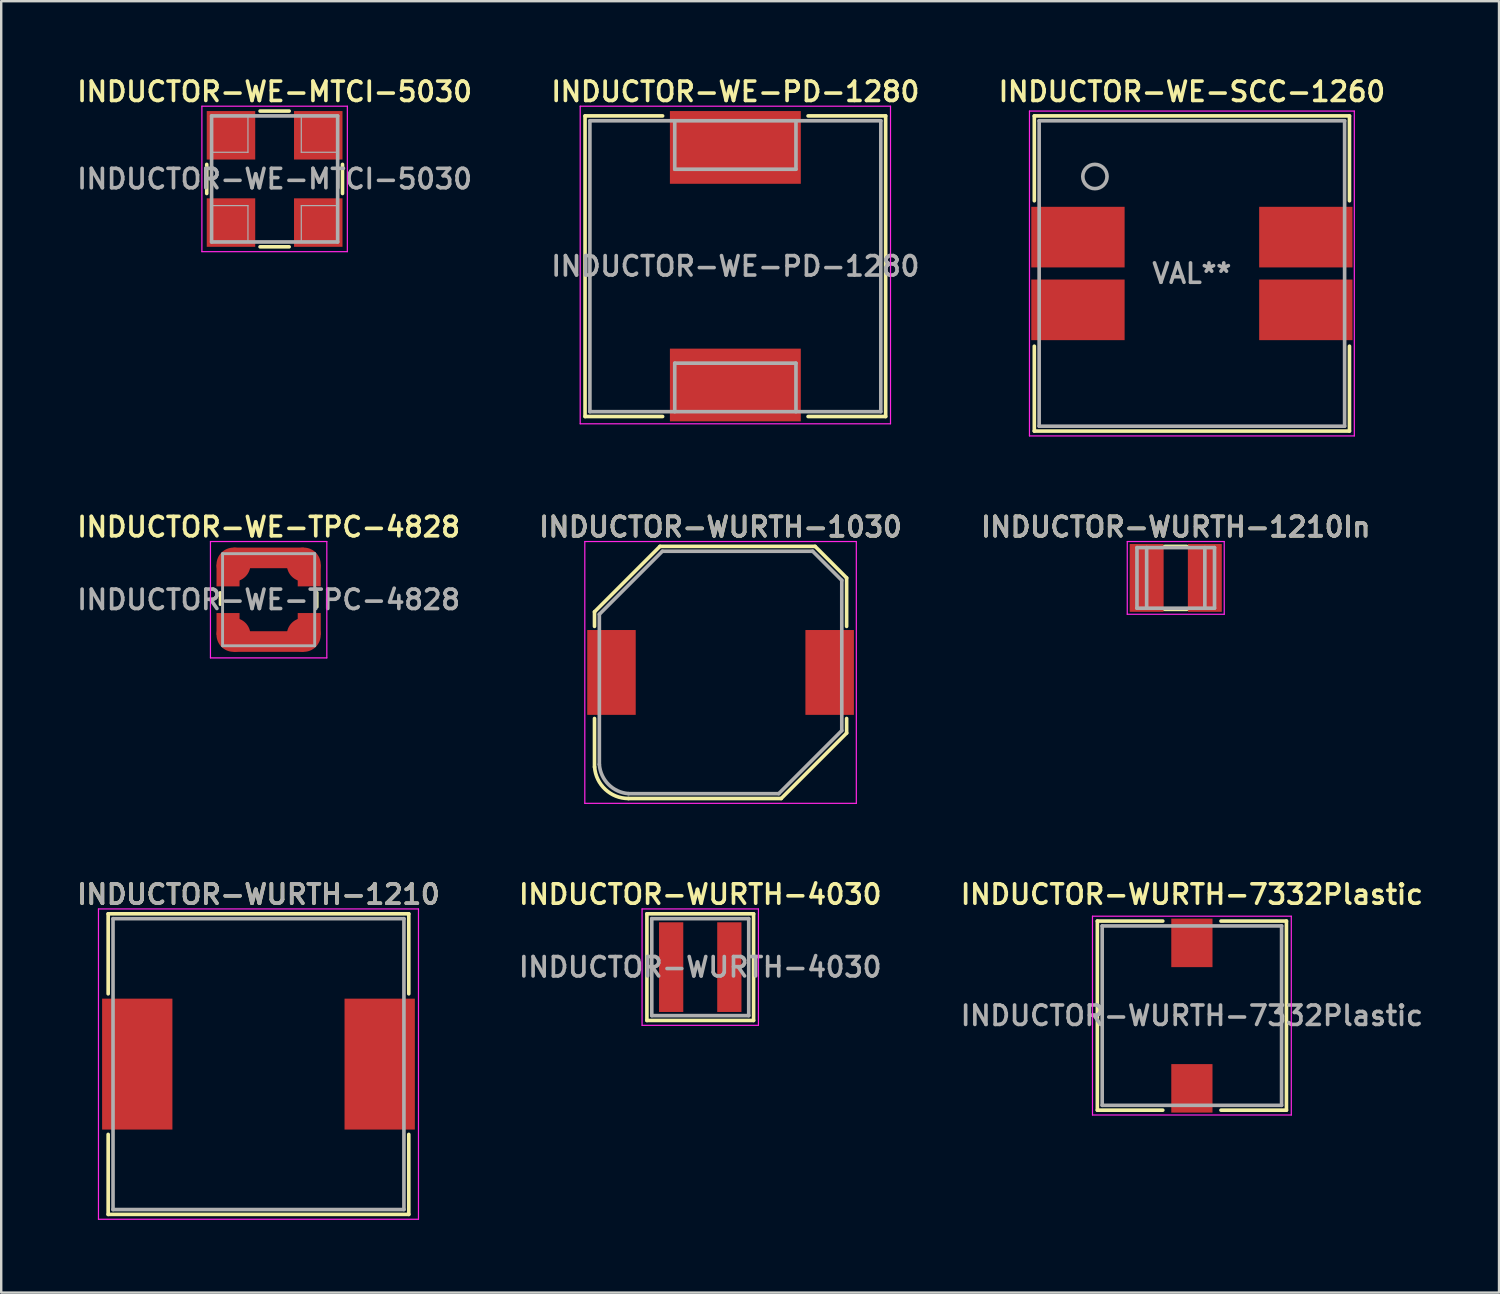
<source format=kicad_pcb>
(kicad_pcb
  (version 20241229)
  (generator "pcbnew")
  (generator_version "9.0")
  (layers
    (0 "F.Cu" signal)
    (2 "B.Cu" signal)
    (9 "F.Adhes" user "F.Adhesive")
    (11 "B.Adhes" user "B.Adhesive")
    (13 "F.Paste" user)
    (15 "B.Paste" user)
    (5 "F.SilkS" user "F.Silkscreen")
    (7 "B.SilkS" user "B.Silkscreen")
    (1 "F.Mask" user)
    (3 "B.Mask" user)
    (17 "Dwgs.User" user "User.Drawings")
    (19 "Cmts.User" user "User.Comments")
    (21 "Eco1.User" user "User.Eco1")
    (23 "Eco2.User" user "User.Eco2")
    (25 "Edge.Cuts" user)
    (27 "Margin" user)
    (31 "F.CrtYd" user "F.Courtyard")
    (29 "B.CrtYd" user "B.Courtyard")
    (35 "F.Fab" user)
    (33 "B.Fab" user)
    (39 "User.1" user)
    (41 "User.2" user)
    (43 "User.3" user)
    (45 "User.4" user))
  (footprint "INDUCTOR-WURTH-1210In"
    (layer "F.Cu")
    (at 45.449 20.788)
    (property "Reference" "INDUCTOR-WURTH-1210In" (at 0 -2.1 0) (layer "F.SilkS") (effects (font (size 0.8 0.8) (thickness 0.15))))
    (attr through_hole)
    (fp_line (start -0.45 -1.3) (end 0.45 -1.3) (stroke (width 0.15) (type solid)) (layer "F.SilkS"))
    (fp_line (start -0.45 1.3) (end 0.45 1.3) (stroke (width 0.15) (type solid)) (layer "F.SilkS"))
    (fp_line (start -2 -1.5) (end 2 -1.5) (stroke (width 0.05) (type solid)) (layer "F.CrtYd"))
    (fp_line (start -2 1.5) (end -2 -1.5) (stroke (width 0.05) (type solid)) (layer "F.CrtYd"))
    (fp_line (start 2 -1.5) (end 2 1.5) (stroke (width 0.05) (type solid)) (layer "F.CrtYd"))
    (fp_line (start 2 1.5) (end -2 1.5) (stroke (width 0.05) (type solid)) (layer "F.CrtYd"))
    (fp_line (start -1.6 -1.25) (end -1.6 1.25) (stroke (width 0.15) (type solid)) (layer "F.Fab"))
    (fp_line (start -1.6 1.25) (end 1.6 1.25) (stroke (width 0.15) (type solid)) (layer "F.Fab"))
    (fp_line (start -1.2 -1.25) (end -1.2 1.25) (stroke (width 0.15) (type solid)) (layer "F.Fab"))
    (fp_line (start 1.2 -1.25) (end 1.2 1.25) (stroke (width 0.15) (type solid)) (layer "F.Fab"))
    (fp_line (start 1.6 -1.25) (end -1.6 -1.25) (stroke (width 0.15) (type solid)) (layer "F.Fab"))
    (fp_line (start 1.6 1.25) (end 1.6 -1.25) (stroke (width 0.15) (type solid)) (layer "F.Fab"))
    (fp_text user "${REFERENCE}" (at 0 -2.1 0) (layer "F.Fab") (effects (font (size 0.8 0.8) (thickness 0.15))))
    (pad "1" smd rect (at -1.2 0) (size 1.4 2.8) (layers "F.Cu" "F.Mask" "F.Paste"))
    (pad "2" smd rect (at 1.2 0) (size 1.4 2.8) (layers "F.Cu" "F.Mask" "F.Paste")))
  (footprint "INDUCTOR-WE-TPC-4828"
    (layer "F.Cu")
    (at 8.031 21.688)
    (property "Reference" "INDUCTOR-WE-TPC-4828" (at 0 -3 0) (layer "F.SilkS") (effects (font (size 0.8 0.8) (thickness 0.15))))
    (attr smd)
    (fp_line (start -2 -0.3) (end -2 0.2) (stroke (width 0.12) (type solid)) (layer "F.SilkS"))
    (fp_line (start 2 -0.3) (end 2 0.3) (stroke (width 0.12) (type solid)) (layer "F.SilkS"))
    (fp_line (start -2.4 -2.4) (end -2.4 2.4) (stroke (width 0.05) (type solid)) (layer "F.CrtYd"))
    (fp_line (start -2.4 2.4) (end 2.4 2.4) (stroke (width 0.05) (type solid)) (layer "F.CrtYd"))
    (fp_line (start 2.4 -2.4) (end -2.4 -2.4) (stroke (width 0.05) (type solid)) (layer "F.CrtYd"))
    (fp_line (start 2.4 2.4) (end 2.4 -2.4) (stroke (width 0.05) (type solid)) (layer "F.CrtYd"))
    (fp_line (start -1.9 -1.9) (end 1.9 -1.9) (stroke (width 0.12) (type solid)) (layer "F.Fab"))
    (fp_line (start -1.9 1.9) (end -1.9 -1.9) (stroke (width 0.12) (type solid)) (layer "F.Fab"))
    (fp_line (start 1.9 -1.9) (end 1.9 1.9) (stroke (width 0.12) (type solid)) (layer "F.Fab"))
    (fp_line (start 1.9 1.9) (end -1.9 1.9) (stroke (width 0.12) (type solid)) (layer "F.Fab"))
    (fp_text user "${REFERENCE}" (at 0 0 0) (layer "F.Fab") (effects (font (size 0.8 0.8) (thickness 0.15))))
    (pad "1" smd rect (at -1.675 -1) (size 0.95 0.9) (layers "F.Cu" "F.Mask" "F.Paste"))
    (pad "1" smd circle (at -1.45 -1.45) (size 1.4 1.4) (layers "F.Cu" "F.Mask" "F.Paste"))
    (pad "1" smd rect (at 0 -1.725) (size 2.9 0.85) (layers "F.Cu" "F.Mask" "F.Paste"))
    (pad "1" smd circle (at 1.45 -1.45) (size 1.4 1.4) (layers "F.Cu" "F.Mask" "F.Paste"))
    (pad "1" smd rect (at 1.675 -1) (size 0.95 0.9) (layers "F.Cu" "F.Mask" "F.Paste"))
    (pad "2" smd rect (at -1.675 1) (size 0.95 0.9) (layers "F.Cu" "F.Mask" "F.Paste"))
    (pad "2" smd circle (at -1.45 1.45) (size 1.4 1.4) (layers "F.Cu" "F.Mask" "F.Paste"))
    (pad "2" smd rect (at 0 1.725) (size 2.9 0.85) (layers "F.Cu" "F.Mask" "F.Paste"))
    (pad "2" smd circle (at 1.45 1.45) (size 1.4 1.4) (layers "F.Cu" "F.Mask" "F.Paste"))
    (pad "2" smd rect (at 1.675 1) (size 0.95 0.9) (layers "F.Cu" "F.Mask" "F.Paste")))
  (footprint "INDUCTOR-WURTH-1030"
    (layer "F.Cu")
    (at 26.673 24.688)
    (property "Reference" "INDUCTOR-WURTH-1030" (at 0 -6 0) (layer "F.SilkS") (effects (font (size 0.8 0.8) (thickness 0.15))))
    (attr through_hole)
    (fp_line (start -5.2 -2.5) (end -2.5 -5.2) (stroke (width 0.15) (type solid)) (layer "F.SilkS"))
    (fp_line (start -5.2 -1.9) (end -5.2 -2.5) (stroke (width 0.15) (type solid)) (layer "F.SilkS"))
    (fp_line (start -5.2 3.9) (end -5.2 1.9) (stroke (width 0.15) (type solid)) (layer "F.SilkS"))
    (fp_line (start -2.5 -5.2) (end 3.9 -5.2) (stroke (width 0.15) (type solid)) (layer "F.SilkS"))
    (fp_line (start 2.5 5.2) (end -3.8 5.2) (stroke (width 0.15) (type solid)) (layer "F.SilkS"))
    (fp_line (start 2.5 5.2) (end 5.2 2.5) (stroke (width 0.15) (type solid)) (layer "F.SilkS"))
    (fp_line (start 3.9 -5.2) (end 5.2 -3.9) (stroke (width 0.15) (type solid)) (layer "F.SilkS"))
    (fp_line (start 5.2 -3.9) (end 5.2 -1.9) (stroke (width 0.15) (type solid)) (layer "F.SilkS"))
    (fp_line (start 5.2 1.9) (end 5.2 2.5) (stroke (width 0.15) (type solid)) (layer "F.SilkS"))
    (fp_arc (start -3.8 5.2) (mid -4.754033 4.824608) (end -5.196442 3.899745) (stroke (width 0.15) (type solid)) (layer "F.SilkS"))
    (fp_line (start -5.6 -5.4) (end 5.6 -5.4) (stroke (width 0.05) (type solid)) (layer "F.CrtYd"))
    (fp_line (start -5.6 5.4) (end -5.6 -5.4) (stroke (width 0.05) (type solid)) (layer "F.CrtYd"))
    (fp_line (start 5.6 -5.4) (end 5.6 5.4) (stroke (width 0.05) (type solid)) (layer "F.CrtYd"))
    (fp_line (start 5.6 5.4) (end -5.6 5.4) (stroke (width 0.05) (type solid)) (layer "F.CrtYd"))
    (fp_line (start -5 -2.4) (end -5 3.8) (stroke (width 0.15) (type solid)) (layer "F.Fab"))
    (fp_line (start -5 -2.4) (end -2.4 -5) (stroke (width 0.15) (type solid)) (layer "F.Fab"))
    (fp_line (start -3.8 5) (end 2.4 5) (stroke (width 0.15) (type solid)) (layer "F.Fab"))
    (fp_line (start 2.4 5) (end 5 2.4) (stroke (width 0.15) (type solid)) (layer "F.Fab"))
    (fp_line (start 3.8 -5) (end -2.4 -5) (stroke (width 0.15) (type solid)) (layer "F.Fab"))
    (fp_line (start 3.8 -5) (end 5 -3.8) (stroke (width 0.15) (type solid)) (layer "F.Fab"))
    (fp_line (start 5 2.4) (end 5 -3.8) (stroke (width 0.15) (type solid)) (layer "F.Fab"))
    (fp_arc (start -3.796442 4.999745) (mid -4.622286 4.620883) (end -4.99989 3.794463) (stroke (width 0.15) (type solid)) (layer "F.Fab"))
    (fp_text user "${REFERENCE}" (at 0 -6 0) (layer "F.Fab") (effects (font (size 0.8 0.8) (thickness 0.15))))
    (pad "1" smd rect (at -4.5 0) (size 2 3.5) (layers "F.Cu" "F.Mask" "F.Paste"))
    (pad "2" smd rect (at 4.5 0) (size 2 3.5) (layers "F.Cu" "F.Mask" "F.Paste")))
  (footprint "INDUCTOR-WE-PD-1280"
    (layer "F.Cu")
    (at 27.283 7.931)
    (property "Reference" "INDUCTOR-WE-PD-1280" (at 0 -7.2 0) (layer "F.SilkS") (effects (font (size 0.8 0.8) (thickness 0.15))))
    (attr through_hole)
    (fp_line (start -6.2 -6.2) (end -6.2 6.2) (stroke (width 0.15) (type solid)) (layer "F.SilkS"))
    (fp_line (start -6.2 6.2) (end -3 6.2) (stroke (width 0.15) (type solid)) (layer "F.SilkS"))
    (fp_line (start -3 -6.2) (end -6.2 -6.2) (stroke (width 0.15) (type solid)) (layer "F.SilkS"))
    (fp_line (start 3 6.2) (end 6.2 6.2) (stroke (width 0.15) (type solid)) (layer "F.SilkS"))
    (fp_line (start 6.2 -6.2) (end 3 -6.2) (stroke (width 0.15) (type solid)) (layer "F.SilkS"))
    (fp_line (start 6.2 6.2) (end 6.2 -6.2) (stroke (width 0.15) (type solid)) (layer "F.SilkS"))
    (fp_line (start -6.4 -6.6) (end 6.4 -6.6) (stroke (width 0.05) (type solid)) (layer "F.CrtYd"))
    (fp_line (start -6.4 6.5) (end -6.4 -6.6) (stroke (width 0.05) (type solid)) (layer "F.CrtYd"))
    (fp_line (start 6.4 -6.6) (end 6.4 6.5) (stroke (width 0.05) (type solid)) (layer "F.CrtYd"))
    (fp_line (start 6.4 6.5) (end -6.4 6.5) (stroke (width 0.05) (type solid)) (layer "F.CrtYd"))
    (fp_line (start -6 -6) (end 6 -6) (stroke (width 0.15) (type solid)) (layer "F.Fab"))
    (fp_line (start -6 6) (end -6 -6) (stroke (width 0.15) (type solid)) (layer "F.Fab"))
    (fp_line (start -2.5 -6) (end -2.5 -4) (stroke (width 0.15) (type solid)) (layer "F.Fab"))
    (fp_line (start -2.5 -4) (end 2.5 -4) (stroke (width 0.15) (type solid)) (layer "F.Fab"))
    (fp_line (start -2.5 4) (end -2.5 6) (stroke (width 0.15) (type solid)) (layer "F.Fab"))
    (fp_line (start 2.5 -4) (end 2.5 -6) (stroke (width 0.15) (type solid)) (layer "F.Fab"))
    (fp_line (start 2.5 4) (end -2.5 4) (stroke (width 0.15) (type solid)) (layer "F.Fab"))
    (fp_line (start 2.5 6) (end 2.5 4) (stroke (width 0.15) (type solid)) (layer "F.Fab"))
    (fp_line (start 6 -6) (end 6 6) (stroke (width 0.15) (type solid)) (layer "F.Fab"))
    (fp_line (start 6 6) (end -6 6) (stroke (width 0.15) (type solid)) (layer "F.Fab"))
    (fp_text user "${REFERENCE}" (at 0 0 0) (layer "F.Fab") (effects (font (size 0.8 0.8) (thickness 0.15))))
    (pad "1" smd rect (at 0 -4.9) (size 5.4 3) (layers "F.Cu" "F.Mask" "F.Paste"))
    (pad "2" smd rect (at 0 4.9) (size 5.4 3) (layers "F.Cu" "F.Mask" "F.Paste")))
  (footprint "INDUCTOR-WE-MTCI-5030"
    (layer "F.Cu")
    (at 8.278 4.331)
    (property "Reference" "INDUCTOR-WE-MTCI-5030" (at 0 -3.6 0) (layer "F.SilkS") (effects (font (size 0.8 0.8) (thickness 0.15))))
    (attr through_hole)
    (fp_line (start -2.8 0.6) (end -2.8 -0.6) (stroke (width 0.15) (type solid)) (layer "F.SilkS"))
    (fp_line (start -0.6 -2.8) (end 0.6 -2.8) (stroke (width 0.15) (type solid)) (layer "F.SilkS"))
    (fp_line (start -0.6 2.8) (end 0.6 2.8) (stroke (width 0.15) (type solid)) (layer "F.SilkS"))
    (fp_line (start 2.8 0.6) (end 2.8 -0.6) (stroke (width 0.15) (type solid)) (layer "F.SilkS"))
    (fp_line (start -3 -3) (end 3 -3) (stroke (width 0.05) (type solid)) (layer "F.CrtYd"))
    (fp_line (start -3 3) (end -3 -3) (stroke (width 0.05) (type solid)) (layer "F.CrtYd"))
    (fp_line (start 3 -3) (end 3 3) (stroke (width 0.05) (type solid)) (layer "F.CrtYd"))
    (fp_line (start 3 3) (end -3 3) (stroke (width 0.05) (type solid)) (layer "F.CrtYd"))
    (fp_line (start -2.6 -2.6) (end -2.6 2.6) (stroke (width 0.15) (type solid)) (layer "F.Fab"))
    (fp_line (start -2.6 -1.1) (end -1.1 -1.1) (stroke (width 0.05) (type solid)) (layer "F.Fab"))
    (fp_line (start -2.6 2.6) (end 2.6 2.6) (stroke (width 0.15) (type solid)) (layer "F.Fab"))
    (fp_line (start -1.1 -1.1) (end -1.1 -2.6) (stroke (width 0.05) (type solid)) (layer "F.Fab"))
    (fp_line (start -1.1 1.1) (end -2.6 1.1) (stroke (width 0.05) (type solid)) (layer "F.Fab"))
    (fp_line (start -1.1 2.6) (end -1.1 1.1) (stroke (width 0.05) (type solid)) (layer "F.Fab"))
    (fp_line (start 1.1 -2.6) (end 1.1 -1.1) (stroke (width 0.05) (type solid)) (layer "F.Fab"))
    (fp_line (start 1.1 -1.1) (end 2.6 -1.1) (stroke (width 0.05) (type solid)) (layer "F.Fab"))
    (fp_line (start 1.1 1.1) (end 2.6 1.1) (stroke (width 0.05) (type solid)) (layer "F.Fab"))
    (fp_line (start 1.1 2.6) (end 1.1 1.1) (stroke (width 0.05) (type solid)) (layer "F.Fab"))
    (fp_line (start 2.6 -2.6) (end -2.6 -2.6) (stroke (width 0.15) (type solid)) (layer "F.Fab"))
    (fp_line (start 2.6 2.6) (end 2.6 -2.6) (stroke (width 0.15) (type solid)) (layer "F.Fab"))
    (fp_text user "${REFERENCE}" (at 0 0 0) (layer "F.Fab") (effects (font (size 0.8 0.8) (thickness 0.15))))
    (pad "1" smd rect (at -1.8 -1.8) (size 2 2) (layers "F.Cu" "F.Mask" "F.Paste"))
    (pad "2" smd rect (at -1.8 1.8) (size 2 2) (layers "F.Cu" "F.Mask" "F.Paste"))
    (pad "3" smd rect (at 1.8 1.8) (size 2 2) (layers "F.Cu" "F.Mask" "F.Paste"))
    (pad "4" smd rect (at 1.8 -1.8) (size 2 2) (layers "F.Cu" "F.Mask" "F.Paste")))
  (footprint "INDUCTOR-WE-SCC-1260"
    (layer "F.Cu")
    (at 46.115 8.231)
    (property "Reference" "INDUCTOR-WE-SCC-1260" (at 0 -7.5 0) (layer "F.SilkS") (effects (font (size 0.8 0.8) (thickness 0.15))))
    (attr through_hole)
    (fp_line (start -6.5 -6.5) (end 6.5 -6.5) (stroke (width 0.15) (type solid)) (layer "F.SilkS"))
    (fp_line (start -6.5 -3) (end -6.5 -6.5) (stroke (width 0.15) (type solid)) (layer "F.SilkS"))
    (fp_line (start -6.5 6.5) (end -6.5 3) (stroke (width 0.15) (type solid)) (layer "F.SilkS"))
    (fp_line (start 6.5 -6.5) (end 6.5 -3) (stroke (width 0.15) (type solid)) (layer "F.SilkS"))
    (fp_line (start 6.5 3) (end 6.5 6.5) (stroke (width 0.15) (type solid)) (layer "F.SilkS"))
    (fp_line (start 6.5 6.5) (end -6.5 6.5) (stroke (width 0.15) (type solid)) (layer "F.SilkS"))
    (fp_line (start -6.7 -6.7) (end 6.7 -6.7) (stroke (width 0.05) (type solid)) (layer "F.CrtYd"))
    (fp_line (start -6.7 6.7) (end -6.7 -6.7) (stroke (width 0.05) (type solid)) (layer "F.CrtYd"))
    (fp_line (start 6.7 -6.7) (end 6.7 6.7) (stroke (width 0.05) (type solid)) (layer "F.CrtYd"))
    (fp_line (start 6.7 6.7) (end -6.7 6.7) (stroke (width 0.05) (type solid)) (layer "F.CrtYd"))
    (fp_line (start -6.3 -6.3) (end -6.3 6.3) (stroke (width 0.15) (type solid)) (layer "F.Fab"))
    (fp_line (start -6.3 6.3) (end 6.3 6.3) (stroke (width 0.15) (type solid)) (layer "F.Fab"))
    (fp_line (start 6.3 -6.3) (end -6.3 -6.3) (stroke (width 0.15) (type solid)) (layer "F.Fab"))
    (fp_line (start 6.3 6.3) (end 6.3 -6.3) (stroke (width 0.15) (type solid)) (layer "F.Fab"))
    (fp_circle (center -4 -4) (end -3.5 -4) (stroke (width 0.15) (type solid)) (fill no) (layer "F.Fab"))
    (fp_text user "VAL**" (at 0 0 0) (layer "F.Fab") (effects (font (size 0.8 0.8) (thickness 0.15))))
    (pad "1" smd rect (at -4.7 -1.5) (size 3.85 2.5) (layers "F.Cu" "F.Mask" "F.Paste"))
    (pad "2" smd rect (at -4.7 1.5) (size 3.85 2.5) (layers "F.Cu" "F.Mask" "F.Paste"))
    (pad "3" smd rect (at 4.7 1.5) (size 3.85 2.5) (layers "F.Cu" "F.Mask" "F.Paste"))
    (pad "4" smd rect (at 4.7 -1.5) (size 3.85 2.5) (layers "F.Cu" "F.Mask" "F.Paste")))
  (footprint "INDUCTOR-WURTH-4030"
    (layer "F.Cu")
    (at 25.835 36.844)
    (property "Reference" "INDUCTOR-WURTH-4030" (at 0 -3 0) (layer "F.SilkS") (effects (font (size 0.8 0.8) (thickness 0.15))))
    (attr through_hole)
    (fp_line (start -2.2 -2.2) (end 2.2 -2.2) (stroke (width 0.15) (type solid)) (layer "F.SilkS"))
    (fp_line (start -2.2 2.2) (end -2.2 -2.2) (stroke (width 0.15) (type solid)) (layer "F.SilkS"))
    (fp_line (start 2.2 -2.2) (end 2.2 2.2) (stroke (width 0.15) (type solid)) (layer "F.SilkS"))
    (fp_line (start 2.2 2.2) (end -2.2 2.2) (stroke (width 0.15) (type solid)) (layer "F.SilkS"))
    (fp_line (start -2.4 -2.4) (end 2.4 -2.4) (stroke (width 0.05) (type solid)) (layer "F.CrtYd"))
    (fp_line (start -2.4 2.4) (end -2.4 -2.4) (stroke (width 0.05) (type solid)) (layer "F.CrtYd"))
    (fp_line (start 2.4 -2.4) (end 2.4 2.4) (stroke (width 0.05) (type solid)) (layer "F.CrtYd"))
    (fp_line (start 2.4 2.4) (end -2.4 2.4) (stroke (width 0.05) (type solid)) (layer "F.CrtYd"))
    (fp_line (start -2 -2) (end -2 2) (stroke (width 0.15) (type solid)) (layer "F.Fab"))
    (fp_line (start -2 2) (end 2 2) (stroke (width 0.15) (type solid)) (layer "F.Fab"))
    (fp_line (start 2 -2) (end -2 -2) (stroke (width 0.15) (type solid)) (layer "F.Fab"))
    (fp_line (start 2 2) (end 2 -2) (stroke (width 0.15) (type solid)) (layer "F.Fab"))
    (fp_text user "${REFERENCE}" (at 0 0 0) (layer "F.Fab") (effects (font (size 0.8 0.8) (thickness 0.15))))
    (pad "1" smd rect (at -1.2 0) (size 1 3.7) (layers "F.Cu" "F.Mask" "F.Paste"))
    (pad "2" smd rect (at 1.2 0) (size 1 3.7) (layers "F.Cu" "F.Mask" "F.Paste")))
  (footprint "INDUCTOR-WURTH-7332Plastic"
    (layer "F.Cu")
    (at 46.115 38.844)
    (property "Reference" "INDUCTOR-WURTH-7332Plastic" (at 0 -5 0) (layer "F.SilkS") (effects (font (size 0.8 0.8) (thickness 0.15))))
    (attr through_hole)
    (fp_line (start -3.9 -3.9) (end -3.9 3.9) (stroke (width 0.15) (type solid)) (layer "F.SilkS"))
    (fp_line (start -3.9 3.9) (end -1.2 3.9) (stroke (width 0.15) (type solid)) (layer "F.SilkS"))
    (fp_line (start -1.2 -3.9) (end -3.9 -3.9) (stroke (width 0.15) (type solid)) (layer "F.SilkS"))
    (fp_line (start 1.2 3.9) (end 3.9 3.9) (stroke (width 0.15) (type solid)) (layer "F.SilkS"))
    (fp_line (start 3.9 -3.9) (end 1.2 -3.9) (stroke (width 0.15) (type solid)) (layer "F.SilkS"))
    (fp_line (start 3.9 3.9) (end 3.9 -3.9) (stroke (width 0.15) (type solid)) (layer "F.SilkS"))
    (fp_line (start -4.1 -4.1) (end 4.1 -4.1) (stroke (width 0.05) (type solid)) (layer "F.CrtYd"))
    (fp_line (start -4.1 4.1) (end -4.1 -4.1) (stroke (width 0.05) (type solid)) (layer "F.CrtYd"))
    (fp_line (start 4.1 -4.1) (end 4.1 4.1) (stroke (width 0.05) (type solid)) (layer "F.CrtYd"))
    (fp_line (start 4.1 4.1) (end -4.1 4.1) (stroke (width 0.05) (type solid)) (layer "F.CrtYd"))
    (fp_line (start -3.7 -3.7) (end 3.7 -3.7) (stroke (width 0.15) (type solid)) (layer "F.Fab"))
    (fp_line (start -3.7 3.7) (end -3.7 -3.7) (stroke (width 0.15) (type solid)) (layer "F.Fab"))
    (fp_line (start 3.7 -3.7) (end 3.7 3.7) (stroke (width 0.15) (type solid)) (layer "F.Fab"))
    (fp_line (start 3.7 3.7) (end -3.7 3.7) (stroke (width 0.15) (type solid)) (layer "F.Fab"))
    (fp_text user "${REFERENCE}" (at 0 0 0) (layer "F.Fab") (effects (font (size 0.8 0.8) (thickness 0.15))))
    (pad "1" smd rect (at 0 -3) (size 1.7 2) (layers "F.Cu" "F.Mask" "F.Paste"))
    (pad "2" smd rect (at 0 3) (size 1.7 2) (layers "F.Cu" "F.Mask" "F.Paste")))
  (footprint "INDUCTOR-WURTH-1210"
    (layer "F.Cu")
    (at 7.612 40.844)
    (property "Reference" "INDUCTOR-WURTH-1210" (at 0 -7 0) (layer "F.SilkS") (effects (font (size 0.8 0.8) (thickness 0.15))))
    (attr through_hole)
    (fp_line (start -6.2 -6.2) (end 6.2 -6.2) (stroke (width 0.15) (type solid)) (layer "F.SilkS"))
    (fp_line (start -6.2 -2.9) (end -6.2 -6.2) (stroke (width 0.15) (type solid)) (layer "F.SilkS"))
    (fp_line (start -6.2 6.2) (end -6.2 2.9) (stroke (width 0.15) (type solid)) (layer "F.SilkS"))
    (fp_line (start 6.2 -6.2) (end 6.2 -2.9) (stroke (width 0.15) (type solid)) (layer "F.SilkS"))
    (fp_line (start 6.2 2.9) (end 6.2 6.2) (stroke (width 0.15) (type solid)) (layer "F.SilkS"))
    (fp_line (start 6.2 6.2) (end -6.2 6.2) (stroke (width 0.15) (type solid)) (layer "F.SilkS"))
    (fp_line (start -6.6 -6.4) (end 6.6 -6.4) (stroke (width 0.05) (type solid)) (layer "F.CrtYd"))
    (fp_line (start -6.6 6.4) (end -6.6 -6.4) (stroke (width 0.05) (type solid)) (layer "F.CrtYd"))
    (fp_line (start 6.6 -6.4) (end 6.6 6.4) (stroke (width 0.05) (type solid)) (layer "F.CrtYd"))
    (fp_line (start 6.6 6.4) (end -6.6 6.4) (stroke (width 0.05) (type solid)) (layer "F.CrtYd"))
    (fp_line (start -6 -6) (end -6 6) (stroke (width 0.15) (type solid)) (layer "F.Fab"))
    (fp_line (start -6 6) (end 6 6) (stroke (width 0.15) (type solid)) (layer "F.Fab"))
    (fp_line (start 6 -6) (end -6 -6) (stroke (width 0.15) (type solid)) (layer "F.Fab"))
    (fp_line (start 6 6) (end 6 -6) (stroke (width 0.15) (type solid)) (layer "F.Fab"))
    (fp_text user "${REFERENCE}" (at 0 -7 0) (layer "F.Fab") (effects (font (size 0.8 0.8) (thickness 0.15))))
    (pad "1" smd rect (at -5 0) (size 2.9 5.4) (layers "F.Cu" "F.Mask" "F.Paste"))
    (pad "2" smd rect (at 5 0) (size 2.9 5.4) (layers "F.Cu" "F.Mask" "F.Paste")))
  (gr_rect
    (start -3 -3)
    (end 58.784 50.269)
    (stroke (width 0.1) (type default))
    (fill no)
    (layer "Edge.Cuts")))
</source>
